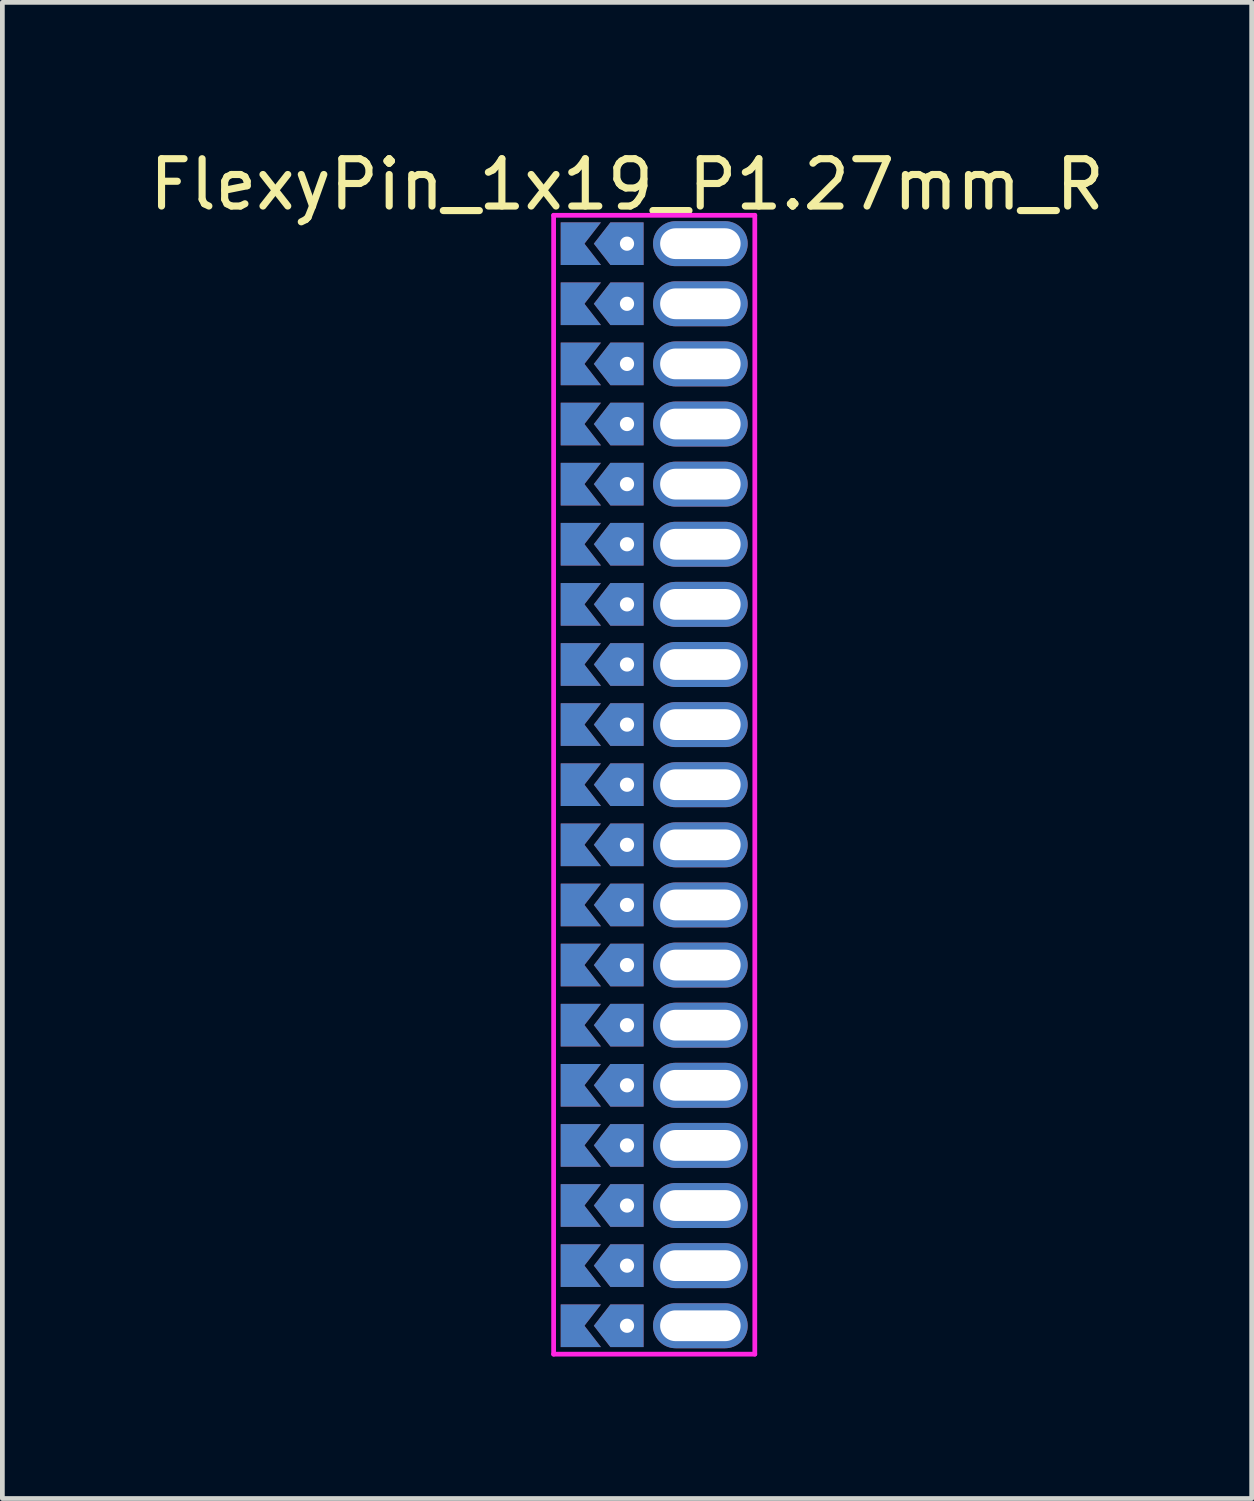
<source format=kicad_pcb>
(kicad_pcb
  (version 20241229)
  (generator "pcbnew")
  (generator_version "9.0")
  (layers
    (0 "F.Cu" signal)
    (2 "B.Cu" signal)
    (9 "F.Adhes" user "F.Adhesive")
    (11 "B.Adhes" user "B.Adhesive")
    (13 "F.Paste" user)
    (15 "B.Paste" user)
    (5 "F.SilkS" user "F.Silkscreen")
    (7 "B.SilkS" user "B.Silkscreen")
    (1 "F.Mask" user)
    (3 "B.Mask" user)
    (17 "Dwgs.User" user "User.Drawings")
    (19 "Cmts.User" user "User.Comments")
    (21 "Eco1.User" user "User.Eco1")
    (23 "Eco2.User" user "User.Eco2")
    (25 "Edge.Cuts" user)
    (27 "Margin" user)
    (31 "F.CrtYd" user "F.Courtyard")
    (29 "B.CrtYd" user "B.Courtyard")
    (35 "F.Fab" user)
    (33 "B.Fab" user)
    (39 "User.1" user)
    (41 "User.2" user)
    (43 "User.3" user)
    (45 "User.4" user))
  (footprint "FlexyPin_1x19_P1.27mm_R"
    (layer "F.Cu")
    (at 10.196 2.098)
    (property "Reference" "FlexyPin_1x19_P1.27mm_R" (at 0 -1.25 0) (layer "F.SilkS") (effects (font (size 1 1) (thickness 0.15))))
    (attr through_hole)
    (fp_line (start -1.55 -0.6) (end 2.7 -0.6) (stroke (width 0.1) (type solid)) (layer "F.CrtYd"))
    (fp_line (start -1.55 23.46) (end -1.55 -0.6) (stroke (width 0.1) (type solid)) (layer "F.CrtYd"))
    (fp_line (start 2.7 -0.6) (end 2.7 23.46) (stroke (width 0.1) (type solid)) (layer "F.CrtYd"))
    (fp_line (start 2.7 23.46) (end -1.55 23.46) (stroke (width 0.1) (type solid)) (layer "F.CrtYd"))
    (pad "" thru_hole custom (at 0 0) (size 0.3 0.3) (drill 0.6) (layers "*.Cu" "*.Mask") (options (anchor rect)) (primitives (gr_poly (pts (xy 0.35 0.45) (xy 0.35 -0.45) (xy -0.35 -0.45) (xy -0.7 0) (xy -0.35 0.45)) (width 0) (fill yes))))
    (pad "" thru_hole custom (at 0 1.27) (size 0.3 0.3) (drill 0.6) (layers "*.Cu" "*.Mask") (options (anchor rect)) (primitives (gr_poly (pts (xy 0.35 0.45) (xy 0.35 -0.45) (xy -0.35 -0.45) (xy -0.7 0) (xy -0.35 0.45)) (width 0) (fill yes))))
    (pad "" thru_hole custom (at 0 2.54) (size 0.3 0.3) (drill 0.6) (layers "*.Cu" "*.Mask") (options (anchor rect)) (primitives (gr_poly (pts (xy 0.35 0.45) (xy 0.35 -0.45) (xy -0.35 -0.45) (xy -0.7 0) (xy -0.35 0.45)) (width 0) (fill yes))))
    (pad "" thru_hole custom (at 0 3.81) (size 0.3 0.3) (drill 0.6) (layers "*.Cu" "*.Mask") (options (anchor rect)) (primitives (gr_poly (pts (xy 0.35 0.45) (xy 0.35 -0.45) (xy -0.35 -0.45) (xy -0.7 0) (xy -0.35 0.45)) (width 0) (fill yes))))
    (pad "" thru_hole custom (at 0 5.08) (size 0.3 0.3) (drill 0.6) (layers "*.Cu" "*.Mask") (options (anchor rect)) (primitives (gr_poly (pts (xy 0.35 0.45) (xy 0.35 -0.45) (xy -0.35 -0.45) (xy -0.7 0) (xy -0.35 0.45)) (width 0) (fill yes))))
    (pad "" thru_hole custom (at 0 6.35) (size 0.3 0.3) (drill 0.6) (layers "*.Cu" "*.Mask") (options (anchor rect)) (primitives (gr_poly (pts (xy 0.35 0.45) (xy 0.35 -0.45) (xy -0.35 -0.45) (xy -0.7 0) (xy -0.35 0.45)) (width 0) (fill yes))))
    (pad "" thru_hole custom (at 0 7.62) (size 0.3 0.3) (drill 0.6) (layers "*.Cu" "*.Mask") (options (anchor rect)) (primitives (gr_poly (pts (xy 0.35 0.45) (xy 0.35 -0.45) (xy -0.35 -0.45) (xy -0.7 0) (xy -0.35 0.45)) (width 0) (fill yes))))
    (pad "" thru_hole custom (at 0 8.89) (size 0.3 0.3) (drill 0.6) (layers "*.Cu" "*.Mask") (options (anchor rect)) (primitives (gr_poly (pts (xy 0.35 0.45) (xy 0.35 -0.45) (xy -0.35 -0.45) (xy -0.7 0) (xy -0.35 0.45)) (width 0) (fill yes))))
    (pad "" thru_hole custom (at 0 10.16) (size 0.3 0.3) (drill 0.6) (layers "*.Cu" "*.Mask") (options (anchor rect)) (primitives (gr_poly (pts (xy 0.35 0.45) (xy 0.35 -0.45) (xy -0.35 -0.45) (xy -0.7 0) (xy -0.35 0.45)) (width 0) (fill yes))))
    (pad "" thru_hole custom (at 0 11.43) (size 0.3 0.3) (drill 0.6) (layers "*.Cu" "*.Mask") (options (anchor rect)) (primitives (gr_poly (pts (xy 0.35 0.45) (xy 0.35 -0.45) (xy -0.35 -0.45) (xy -0.7 0) (xy -0.35 0.45)) (width 0) (fill yes))))
    (pad "" thru_hole custom (at 0 12.7) (size 0.3 0.3) (drill 0.6) (layers "*.Cu" "*.Mask") (options (anchor rect)) (primitives (gr_poly (pts (xy 0.35 0.45) (xy 0.35 -0.45) (xy -0.35 -0.45) (xy -0.7 0) (xy -0.35 0.45)) (width 0) (fill yes))))
    (pad "" thru_hole custom (at 0 13.97) (size 0.3 0.3) (drill 0.6) (layers "*.Cu" "*.Mask") (options (anchor rect)) (primitives (gr_poly (pts (xy 0.35 0.45) (xy 0.35 -0.45) (xy -0.35 -0.45) (xy -0.7 0) (xy -0.35 0.45)) (width 0) (fill yes))))
    (pad "" thru_hole custom (at 0 15.24) (size 0.3 0.3) (drill 0.6) (layers "*.Cu" "*.Mask") (options (anchor rect)) (primitives (gr_poly (pts (xy 0.35 0.45) (xy 0.35 -0.45) (xy -0.35 -0.45) (xy -0.7 0) (xy -0.35 0.45)) (width 0) (fill yes))))
    (pad "" thru_hole custom (at 0 16.51) (size 0.3 0.3) (drill 0.6) (layers "*.Cu" "*.Mask") (options (anchor rect)) (primitives (gr_poly (pts (xy 0.35 0.45) (xy 0.35 -0.45) (xy -0.35 -0.45) (xy -0.7 0) (xy -0.35 0.45)) (width 0) (fill yes))))
    (pad "" thru_hole custom (at 0 17.78) (size 0.3 0.3) (drill 0.6) (layers "*.Cu" "*.Mask") (options (anchor rect)) (primitives (gr_poly (pts (xy 0.35 0.45) (xy 0.35 -0.45) (xy -0.35 -0.45) (xy -0.7 0) (xy -0.35 0.45)) (width 0) (fill yes))))
    (pad "" thru_hole custom (at 0 19.05) (size 0.3 0.3) (drill 0.6) (layers "*.Cu" "*.Mask") (options (anchor rect)) (primitives (gr_poly (pts (xy 0.35 0.45) (xy 0.35 -0.45) (xy -0.35 -0.45) (xy -0.7 0) (xy -0.35 0.45)) (width 0) (fill yes))))
    (pad "" thru_hole custom (at 0 20.32) (size 0.3 0.3) (drill 0.6) (layers "*.Cu" "*.Mask") (options (anchor rect)) (primitives (gr_poly (pts (xy 0.35 0.45) (xy 0.35 -0.45) (xy -0.35 -0.45) (xy -0.7 0) (xy -0.35 0.45)) (width 0) (fill yes))))
    (pad "" thru_hole custom (at 0 21.59) (size 0.3 0.3) (drill 0.6) (layers "*.Cu" "*.Mask") (options (anchor rect)) (primitives (gr_poly (pts (xy 0.35 0.45) (xy 0.35 -0.45) (xy -0.35 -0.45) (xy -0.7 0) (xy -0.35 0.45)) (width 0) (fill yes))))
    (pad "" thru_hole custom (at 0 22.86) (size 0.3 0.3) (drill 0.6) (layers "*.Cu" "*.Mask") (options (anchor rect)) (primitives (gr_poly (pts (xy 0.35 0.45) (xy 0.35 -0.45) (xy -0.35 -0.45) (xy -0.7 0) (xy -0.35 0.45)) (width 0) (fill yes))))
    (pad "" thru_hole oval (at 1.55 0) (size 2 0.95) (drill oval 1.7 0.65) (layers "*.Cu" "*.Mask"))
    (pad "" thru_hole oval (at 1.55 1.27) (size 2 0.95) (drill oval 1.7 0.65) (layers "*.Cu" "*.Mask"))
    (pad "" thru_hole oval (at 1.55 2.54) (size 2 0.95) (drill oval 1.7 0.65) (layers "*.Cu" "*.Mask"))
    (pad "" thru_hole oval (at 1.55 3.81) (size 2 0.95) (drill oval 1.7 0.65) (layers "*.Cu" "*.Mask"))
    (pad "" thru_hole oval (at 1.55 5.08) (size 2 0.95) (drill oval 1.7 0.65) (layers "*.Cu" "*.Mask"))
    (pad "" thru_hole oval (at 1.55 6.35) (size 2 0.95) (drill oval 1.7 0.65) (layers "*.Cu" "*.Mask"))
    (pad "" thru_hole oval (at 1.55 7.62) (size 2 0.95) (drill oval 1.7 0.65) (layers "*.Cu" "*.Mask"))
    (pad "" thru_hole oval (at 1.55 8.89) (size 2 0.95) (drill oval 1.7 0.65) (layers "*.Cu" "*.Mask"))
    (pad "" thru_hole oval (at 1.55 10.16) (size 2 0.95) (drill oval 1.7 0.65) (layers "*.Cu" "*.Mask"))
    (pad "" thru_hole oval (at 1.55 11.43) (size 2 0.95) (drill oval 1.7 0.65) (layers "*.Cu" "*.Mask"))
    (pad "" thru_hole oval (at 1.55 12.7) (size 2 0.95) (drill oval 1.7 0.65) (layers "*.Cu" "*.Mask"))
    (pad "" thru_hole oval (at 1.55 13.97) (size 2 0.95) (drill oval 1.7 0.65) (layers "*.Cu" "*.Mask"))
    (pad "" thru_hole oval (at 1.55 15.24) (size 2 0.95) (drill oval 1.7 0.65) (layers "*.Cu" "*.Mask"))
    (pad "" thru_hole oval (at 1.55 16.51) (size 2 0.95) (drill oval 1.7 0.65) (layers "*.Cu" "*.Mask"))
    (pad "" thru_hole oval (at 1.55 17.78) (size 2 0.95) (drill oval 1.7 0.65) (layers "*.Cu" "*.Mask"))
    (pad "" thru_hole oval (at 1.55 19.05) (size 2 0.95) (drill oval 1.7 0.65) (layers "*.Cu" "*.Mask"))
    (pad "" thru_hole oval (at 1.55 20.32) (size 2 0.95) (drill oval 1.7 0.65) (layers "*.Cu" "*.Mask"))
    (pad "" thru_hole oval (at 1.55 21.59) (size 2 0.95) (drill oval 1.7 0.65) (layers "*.Cu" "*.Mask"))
    (pad "" thru_hole oval (at 1.55 22.86) (size 2 0.95) (drill oval 1.7 0.65) (layers "*.Cu" "*.Mask"))
    (pad "1" smd custom (at -0.9 0) (size 0.01 0.01) (layers "F.Cu" "F.Mask") (options (anchor rect)) (primitives (gr_poly (pts (xy 0 0) (xy 0.35 0.45) (xy -0.5 0.45) (xy -0.5 -0.45) (xy 0.35 -0.45)) (width 0) (fill yes))))
    (pad "1" smd custom (at -0.9 1.27) (size 0.01 0.01) (layers "F.Cu" "F.Mask") (options (anchor rect)) (primitives (gr_poly (pts (xy 0 0) (xy 0.35 0.45) (xy -0.5 0.45) (xy -0.5 -0.45) (xy 0.35 -0.45)) (width 0) (fill yes))))
    (pad "1" smd custom (at -0.9 2.54) (size 0.01 0.01) (layers "F.Cu" "F.Mask") (options (anchor rect)) (primitives (gr_poly (pts (xy 0 0) (xy 0.35 0.45) (xy -0.5 0.45) (xy -0.5 -0.45) (xy 0.35 -0.45)) (width 0) (fill yes))))
    (pad "1" smd custom (at -0.9 3.81) (size 0.01 0.01) (layers "F.Cu" "F.Mask") (options (anchor rect)) (primitives (gr_poly (pts (xy 0 0) (xy 0.35 0.45) (xy -0.5 0.45) (xy -0.5 -0.45) (xy 0.35 -0.45)) (width 0) (fill yes))))
    (pad "1" smd custom (at -0.9 5.08) (size 0.01 0.01) (layers "F.Cu" "F.Mask") (options (anchor rect)) (primitives (gr_poly (pts (xy 0 0) (xy 0.35 0.45) (xy -0.5 0.45) (xy -0.5 -0.45) (xy 0.35 -0.45)) (width 0) (fill yes))))
    (pad "1" smd custom (at -0.9 6.35) (size 0.01 0.01) (layers "F.Cu" "F.Mask") (options (anchor rect)) (primitives (gr_poly (pts (xy 0 0) (xy 0.35 0.45) (xy -0.5 0.45) (xy -0.5 -0.45) (xy 0.35 -0.45)) (width 0) (fill yes))))
    (pad "1" smd custom (at -0.9 7.62) (size 0.01 0.01) (layers "F.Cu" "F.Mask") (options (anchor rect)) (primitives (gr_poly (pts (xy 0 0) (xy 0.35 0.45) (xy -0.5 0.45) (xy -0.5 -0.45) (xy 0.35 -0.45)) (width 0) (fill yes))))
    (pad "1" smd custom (at -0.9 8.89) (size 0.01 0.01) (layers "F.Cu" "F.Mask") (options (anchor rect)) (primitives (gr_poly (pts (xy 0 0) (xy 0.35 0.45) (xy -0.5 0.45) (xy -0.5 -0.45) (xy 0.35 -0.45)) (width 0) (fill yes))))
    (pad "1" smd custom (at -0.9 10.16) (size 0.01 0.01) (layers "F.Cu" "F.Mask") (options (anchor rect)) (primitives (gr_poly (pts (xy 0 0) (xy 0.35 0.45) (xy -0.5 0.45) (xy -0.5 -0.45) (xy 0.35 -0.45)) (width 0) (fill yes))))
    (pad "1" smd custom (at -0.9 11.43) (size 0.01 0.01) (layers "F.Cu" "F.Mask") (options (anchor rect)) (primitives (gr_poly (pts (xy 0 0) (xy 0.35 0.45) (xy -0.5 0.45) (xy -0.5 -0.45) (xy 0.35 -0.45)) (width 0) (fill yes))))
    (pad "1" smd custom (at -0.9 12.7) (size 0.01 0.01) (layers "F.Cu" "F.Mask") (options (anchor rect)) (primitives (gr_poly (pts (xy 0 0) (xy 0.35 0.45) (xy -0.5 0.45) (xy -0.5 -0.45) (xy 0.35 -0.45)) (width 0) (fill yes))))
    (pad "1" smd custom (at -0.9 13.97) (size 0.01 0.01) (layers "F.Cu" "F.Mask") (options (anchor rect)) (primitives (gr_poly (pts (xy 0 0) (xy 0.35 0.45) (xy -0.5 0.45) (xy -0.5 -0.45) (xy 0.35 -0.45)) (width 0) (fill yes))))
    (pad "1" smd custom (at -0.9 15.24) (size 0.01 0.01) (layers "F.Cu" "F.Mask") (options (anchor rect)) (primitives (gr_poly (pts (xy 0 0) (xy 0.35 0.45) (xy -0.5 0.45) (xy -0.5 -0.45) (xy 0.35 -0.45)) (width 0) (fill yes))))
    (pad "1" smd custom (at -0.9 16.51) (size 0.01 0.01) (layers "F.Cu" "F.Mask") (options (anchor rect)) (primitives (gr_poly (pts (xy 0 0) (xy 0.35 0.45) (xy -0.5 0.45) (xy -0.5 -0.45) (xy 0.35 -0.45)) (width 0) (fill yes))))
    (pad "1" smd custom (at -0.9 17.78) (size 0.01 0.01) (layers "F.Cu" "F.Mask") (options (anchor rect)) (primitives (gr_poly (pts (xy 0 0) (xy 0.35 0.45) (xy -0.5 0.45) (xy -0.5 -0.45) (xy 0.35 -0.45)) (width 0) (fill yes))))
    (pad "1" smd custom (at -0.9 19.05) (size 0.01 0.01) (layers "F.Cu" "F.Mask") (options (anchor rect)) (primitives (gr_poly (pts (xy 0 0) (xy 0.35 0.45) (xy -0.5 0.45) (xy -0.5 -0.45) (xy 0.35 -0.45)) (width 0) (fill yes))))
    (pad "1" smd custom (at -0.9 20.32) (size 0.01 0.01) (layers "F.Cu" "F.Mask") (options (anchor rect)) (primitives (gr_poly (pts (xy 0 0) (xy 0.35 0.45) (xy -0.5 0.45) (xy -0.5 -0.45) (xy 0.35 -0.45)) (width 0) (fill yes))))
    (pad "1" smd custom (at -0.9 21.59) (size 0.01 0.01) (layers "F.Cu" "F.Mask") (options (anchor rect)) (primitives (gr_poly (pts (xy 0 0) (xy 0.35 0.45) (xy -0.5 0.45) (xy -0.5 -0.45) (xy 0.35 -0.45)) (width 0) (fill yes))))
    (pad "1" smd custom (at -0.9 22.86) (size 0.01 0.01) (layers "F.Cu" "F.Mask") (options (anchor rect)) (primitives (gr_poly (pts (xy 0 0) (xy 0.35 0.45) (xy -0.5 0.45) (xy -0.5 -0.45) (xy 0.35 -0.45)) (width 0) (fill yes))))
    (pad "2" smd custom (at -0.9 0) (size 0.01 0.01) (layers "B.Cu" "B.Mask") (options (anchor rect)) (primitives (gr_poly (pts (xy 0 0) (xy 0.35 0.45) (xy -0.5 0.45) (xy -0.5 -0.45) (xy 0.35 -0.45)) (width 0) (fill yes))))
    (pad "2" smd custom (at -0.9 1.27) (size 0.01 0.01) (layers "B.Cu" "B.Mask") (options (anchor rect)) (primitives (gr_poly (pts (xy 0 0) (xy 0.35 0.45) (xy -0.5 0.45) (xy -0.5 -0.45) (xy 0.35 -0.45)) (width 0) (fill yes))))
    (pad "2" smd custom (at -0.9 2.54) (size 0.01 0.01) (layers "B.Cu" "B.Mask") (options (anchor rect)) (primitives (gr_poly (pts (xy 0 0) (xy 0.35 0.45) (xy -0.5 0.45) (xy -0.5 -0.45) (xy 0.35 -0.45)) (width 0) (fill yes))))
    (pad "2" smd custom (at -0.9 3.81) (size 0.01 0.01) (layers "B.Cu" "B.Mask") (options (anchor rect)) (primitives (gr_poly (pts (xy 0 0) (xy 0.35 0.45) (xy -0.5 0.45) (xy -0.5 -0.45) (xy 0.35 -0.45)) (width 0) (fill yes))))
    (pad "2" smd custom (at -0.9 5.08) (size 0.01 0.01) (layers "B.Cu" "B.Mask") (options (anchor rect)) (primitives (gr_poly (pts (xy 0 0) (xy 0.35 0.45) (xy -0.5 0.45) (xy -0.5 -0.45) (xy 0.35 -0.45)) (width 0) (fill yes))))
    (pad "2" smd custom (at -0.9 6.35) (size 0.01 0.01) (layers "B.Cu" "B.Mask") (options (anchor rect)) (primitives (gr_poly (pts (xy 0 0) (xy 0.35 0.45) (xy -0.5 0.45) (xy -0.5 -0.45) (xy 0.35 -0.45)) (width 0) (fill yes))))
    (pad "2" smd custom (at -0.9 7.62) (size 0.01 0.01) (layers "B.Cu" "B.Mask") (options (anchor rect)) (primitives (gr_poly (pts (xy 0 0) (xy 0.35 0.45) (xy -0.5 0.45) (xy -0.5 -0.45) (xy 0.35 -0.45)) (width 0) (fill yes))))
    (pad "2" smd custom (at -0.9 8.89) (size 0.01 0.01) (layers "B.Cu" "B.Mask") (options (anchor rect)) (primitives (gr_poly (pts (xy 0 0) (xy 0.35 0.45) (xy -0.5 0.45) (xy -0.5 -0.45) (xy 0.35 -0.45)) (width 0) (fill yes))))
    (pad "2" smd custom (at -0.9 10.16) (size 0.01 0.01) (layers "B.Cu" "B.Mask") (options (anchor rect)) (primitives (gr_poly (pts (xy 0 0) (xy 0.35 0.45) (xy -0.5 0.45) (xy -0.5 -0.45) (xy 0.35 -0.45)) (width 0) (fill yes))))
    (pad "2" smd custom (at -0.9 11.43) (size 0.01 0.01) (layers "B.Cu" "B.Mask") (options (anchor rect)) (primitives (gr_poly (pts (xy 0 0) (xy 0.35 0.45) (xy -0.5 0.45) (xy -0.5 -0.45) (xy 0.35 -0.45)) (width 0) (fill yes))))
    (pad "2" smd custom (at -0.9 12.7) (size 0.01 0.01) (layers "B.Cu" "B.Mask") (options (anchor rect)) (primitives (gr_poly (pts (xy 0 0) (xy 0.35 0.45) (xy -0.5 0.45) (xy -0.5 -0.45) (xy 0.35 -0.45)) (width 0) (fill yes))))
    (pad "2" smd custom (at -0.9 13.97) (size 0.01 0.01) (layers "B.Cu" "B.Mask") (options (anchor rect)) (primitives (gr_poly (pts (xy 0 0) (xy 0.35 0.45) (xy -0.5 0.45) (xy -0.5 -0.45) (xy 0.35 -0.45)) (width 0) (fill yes))))
    (pad "2" smd custom (at -0.9 15.24) (size 0.01 0.01) (layers "B.Cu" "B.Mask") (options (anchor rect)) (primitives (gr_poly (pts (xy 0 0) (xy 0.35 0.45) (xy -0.5 0.45) (xy -0.5 -0.45) (xy 0.35 -0.45)) (width 0) (fill yes))))
    (pad "2" smd custom (at -0.9 16.51) (size 0.01 0.01) (layers "B.Cu" "B.Mask") (options (anchor rect)) (primitives (gr_poly (pts (xy 0 0) (xy 0.35 0.45) (xy -0.5 0.45) (xy -0.5 -0.45) (xy 0.35 -0.45)) (width 0) (fill yes))))
    (pad "2" smd custom (at -0.9 17.78) (size 0.01 0.01) (layers "B.Cu" "B.Mask") (options (anchor rect)) (primitives (gr_poly (pts (xy 0 0) (xy 0.35 0.45) (xy -0.5 0.45) (xy -0.5 -0.45) (xy 0.35 -0.45)) (width 0) (fill yes))))
    (pad "2" smd custom (at -0.9 19.05) (size 0.01 0.01) (layers "B.Cu" "B.Mask") (options (anchor rect)) (primitives (gr_poly (pts (xy 0 0) (xy 0.35 0.45) (xy -0.5 0.45) (xy -0.5 -0.45) (xy 0.35 -0.45)) (width 0) (fill yes))))
    (pad "2" smd custom (at -0.9 20.32) (size 0.01 0.01) (layers "B.Cu" "B.Mask") (options (anchor rect)) (primitives (gr_poly (pts (xy 0 0) (xy 0.35 0.45) (xy -0.5 0.45) (xy -0.5 -0.45) (xy 0.35 -0.45)) (width 0) (fill yes))))
    (pad "2" smd custom (at -0.9 21.59) (size 0.01 0.01) (layers "B.Cu" "B.Mask") (options (anchor rect)) (primitives (gr_poly (pts (xy 0 0) (xy 0.35 0.45) (xy -0.5 0.45) (xy -0.5 -0.45) (xy 0.35 -0.45)) (width 0) (fill yes))))
    (pad "2" smd custom (at -0.9 22.86) (size 0.01 0.01) (layers "B.Cu" "B.Mask") (options (anchor rect)) (primitives (gr_poly (pts (xy 0 0) (xy 0.35 0.45) (xy -0.5 0.45) (xy -0.5 -0.45) (xy 0.35 -0.45)) (width 0) (fill yes)))))
  (gr_rect
    (start -3 -3)
    (end 23.393 28.608)
    (stroke (width 0.1) (type default))
    (fill no)
    (layer "Edge.Cuts")))
</source>
